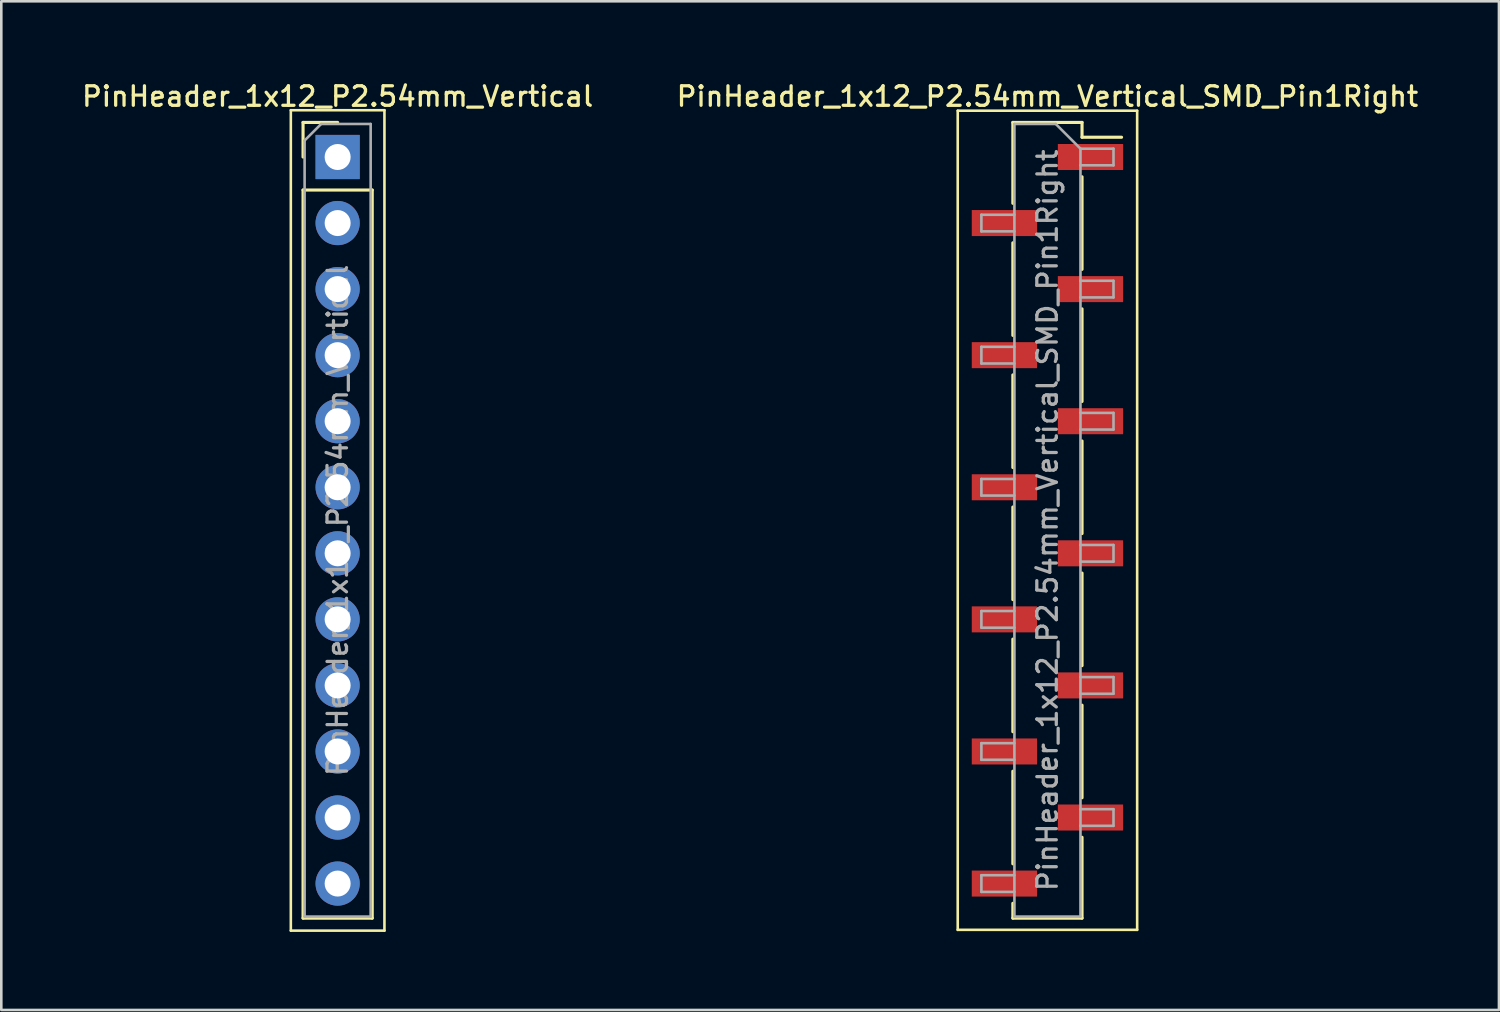
<source format=kicad_pcb>
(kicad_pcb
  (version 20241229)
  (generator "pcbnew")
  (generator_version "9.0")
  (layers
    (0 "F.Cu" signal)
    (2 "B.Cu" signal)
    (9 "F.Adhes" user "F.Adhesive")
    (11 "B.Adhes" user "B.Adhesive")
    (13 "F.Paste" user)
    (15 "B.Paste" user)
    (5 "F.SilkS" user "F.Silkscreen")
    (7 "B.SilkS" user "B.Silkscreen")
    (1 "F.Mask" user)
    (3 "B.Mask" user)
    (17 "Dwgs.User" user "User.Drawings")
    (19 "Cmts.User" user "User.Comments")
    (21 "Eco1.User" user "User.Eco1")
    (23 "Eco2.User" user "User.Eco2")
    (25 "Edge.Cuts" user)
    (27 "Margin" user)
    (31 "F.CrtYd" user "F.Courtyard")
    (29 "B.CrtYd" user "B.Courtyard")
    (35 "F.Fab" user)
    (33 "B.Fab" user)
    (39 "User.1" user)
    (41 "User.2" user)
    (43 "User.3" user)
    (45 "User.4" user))
  (footprint "PinHeader_1x12_P2.54mm_Vertical_SMD_Pin1Right"
    (layer "F.Cu")
    (at 37.23 16.958)
    (property "Reference" "PinHeader_1x12_P2.54mm_Vertical_SMD_Pin1Right" (at 0 -16.3 0) (layer "F.SilkS") (effects (font (size 0.75 0.75) (thickness 0.125))))
    (attr smd)
    (fp_line (start -3.45 -15.75) (end -3.45 15.75) (stroke (width 0.1) (type solid)) (layer "F.SilkS"))
    (fp_line (start -3.45 15.75) (end 3.45 15.75) (stroke (width 0.1) (type solid)) (layer "F.SilkS"))
    (fp_line (start -1.33 -15.3) (end -1.33 -12.19) (stroke (width 0.12) (type solid)) (layer "F.SilkS"))
    (fp_line (start -1.33 -15.3) (end 1.33 -15.3) (stroke (width 0.12) (type solid)) (layer "F.SilkS"))
    (fp_line (start -1.33 -10.67) (end -1.33 -7.11) (stroke (width 0.12) (type solid)) (layer "F.SilkS"))
    (fp_line (start -1.33 -5.59) (end -1.33 -2.03) (stroke (width 0.12) (type solid)) (layer "F.SilkS"))
    (fp_line (start -1.33 -0.51) (end -1.33 3.05) (stroke (width 0.12) (type solid)) (layer "F.SilkS"))
    (fp_line (start -1.33 4.57) (end -1.33 8.13) (stroke (width 0.12) (type solid)) (layer "F.SilkS"))
    (fp_line (start -1.33 9.65) (end -1.33 13.21) (stroke (width 0.12) (type solid)) (layer "F.SilkS"))
    (fp_line (start -1.33 14.73) (end -1.33 15.3) (stroke (width 0.12) (type solid)) (layer "F.SilkS"))
    (fp_line (start -1.33 15.3) (end 1.33 15.3) (stroke (width 0.12) (type solid)) (layer "F.SilkS"))
    (fp_line (start 1.33 -15.3) (end 1.33 -14.73) (stroke (width 0.12) (type solid)) (layer "F.SilkS"))
    (fp_line (start 1.33 -14.73) (end 2.85 -14.73) (stroke (width 0.12) (type solid)) (layer "F.SilkS"))
    (fp_line (start 1.33 -13.21) (end 1.33 -9.65) (stroke (width 0.12) (type solid)) (layer "F.SilkS"))
    (fp_line (start 1.33 -8.13) (end 1.33 -4.57) (stroke (width 0.12) (type solid)) (layer "F.SilkS"))
    (fp_line (start 1.33 -3.05) (end 1.33 0.51) (stroke (width 0.12) (type solid)) (layer "F.SilkS"))
    (fp_line (start 1.33 2.03) (end 1.33 5.59) (stroke (width 0.12) (type solid)) (layer "F.SilkS"))
    (fp_line (start 1.33 7.11) (end 1.33 10.67) (stroke (width 0.12) (type solid)) (layer "F.SilkS"))
    (fp_line (start 1.33 12.19) (end 1.33 15.3) (stroke (width 0.12) (type solid)) (layer "F.SilkS"))
    (fp_line (start 3.45 -15.75) (end -3.45 -15.75) (stroke (width 0.1) (type solid)) (layer "F.SilkS"))
    (fp_line (start 3.45 15.75) (end 3.45 -15.75) (stroke (width 0.1) (type solid)) (layer "F.SilkS"))
    (fp_line (start -2.54 -11.75) (end -2.54 -11.11) (stroke (width 0.1) (type solid)) (layer "F.Fab"))
    (fp_line (start -2.54 -11.11) (end -1.27 -11.11) (stroke (width 0.1) (type solid)) (layer "F.Fab"))
    (fp_line (start -2.54 -6.67) (end -2.54 -6.03) (stroke (width 0.1) (type solid)) (layer "F.Fab"))
    (fp_line (start -2.54 -6.03) (end -1.27 -6.03) (stroke (width 0.1) (type solid)) (layer "F.Fab"))
    (fp_line (start -2.54 -1.59) (end -2.54 -0.95) (stroke (width 0.1) (type solid)) (layer "F.Fab"))
    (fp_line (start -2.54 -0.95) (end -1.27 -0.95) (stroke (width 0.1) (type solid)) (layer "F.Fab"))
    (fp_line (start -2.54 3.49) (end -2.54 4.13) (stroke (width 0.1) (type solid)) (layer "F.Fab"))
    (fp_line (start -2.54 4.13) (end -1.27 4.13) (stroke (width 0.1) (type solid)) (layer "F.Fab"))
    (fp_line (start -2.54 8.57) (end -2.54 9.21) (stroke (width 0.1) (type solid)) (layer "F.Fab"))
    (fp_line (start -2.54 9.21) (end -1.27 9.21) (stroke (width 0.1) (type solid)) (layer "F.Fab"))
    (fp_line (start -2.54 13.65) (end -2.54 14.29) (stroke (width 0.1) (type solid)) (layer "F.Fab"))
    (fp_line (start -2.54 14.29) (end -1.27 14.29) (stroke (width 0.1) (type solid)) (layer "F.Fab"))
    (fp_line (start -1.27 -15.24) (end -1.27 15.24) (stroke (width 0.1) (type solid)) (layer "F.Fab"))
    (fp_line (start -1.27 -15.24) (end 0.32 -15.24) (stroke (width 0.1) (type solid)) (layer "F.Fab"))
    (fp_line (start -1.27 -11.75) (end -2.54 -11.75) (stroke (width 0.1) (type solid)) (layer "F.Fab"))
    (fp_line (start -1.27 -6.67) (end -2.54 -6.67) (stroke (width 0.1) (type solid)) (layer "F.Fab"))
    (fp_line (start -1.27 -1.59) (end -2.54 -1.59) (stroke (width 0.1) (type solid)) (layer "F.Fab"))
    (fp_line (start -1.27 3.49) (end -2.54 3.49) (stroke (width 0.1) (type solid)) (layer "F.Fab"))
    (fp_line (start -1.27 8.57) (end -2.54 8.57) (stroke (width 0.1) (type solid)) (layer "F.Fab"))
    (fp_line (start -1.27 13.65) (end -2.54 13.65) (stroke (width 0.1) (type solid)) (layer "F.Fab"))
    (fp_line (start 1.27 -14.29) (end 0.32 -15.24) (stroke (width 0.1) (type solid)) (layer "F.Fab"))
    (fp_line (start 1.27 -14.29) (end 2.54 -14.29) (stroke (width 0.1) (type solid)) (layer "F.Fab"))
    (fp_line (start 1.27 -9.21) (end 2.54 -9.21) (stroke (width 0.1) (type solid)) (layer "F.Fab"))
    (fp_line (start 1.27 -4.13) (end 2.54 -4.13) (stroke (width 0.1) (type solid)) (layer "F.Fab"))
    (fp_line (start 1.27 0.95) (end 2.54 0.95) (stroke (width 0.1) (type solid)) (layer "F.Fab"))
    (fp_line (start 1.27 6.03) (end 2.54 6.03) (stroke (width 0.1) (type solid)) (layer "F.Fab"))
    (fp_line (start 1.27 11.11) (end 2.54 11.11) (stroke (width 0.1) (type solid)) (layer "F.Fab"))
    (fp_line (start 1.27 15.24) (end -1.27 15.24) (stroke (width 0.1) (type solid)) (layer "F.Fab"))
    (fp_line (start 1.27 15.24) (end 1.27 -14.29) (stroke (width 0.1) (type solid)) (layer "F.Fab"))
    (fp_line (start 2.54 -14.29) (end 2.54 -13.65) (stroke (width 0.1) (type solid)) (layer "F.Fab"))
    (fp_line (start 2.54 -13.65) (end 1.27 -13.65) (stroke (width 0.1) (type solid)) (layer "F.Fab"))
    (fp_line (start 2.54 -9.21) (end 2.54 -8.57) (stroke (width 0.1) (type solid)) (layer "F.Fab"))
    (fp_line (start 2.54 -8.57) (end 1.27 -8.57) (stroke (width 0.1) (type solid)) (layer "F.Fab"))
    (fp_line (start 2.54 -4.13) (end 2.54 -3.49) (stroke (width 0.1) (type solid)) (layer "F.Fab"))
    (fp_line (start 2.54 -3.49) (end 1.27 -3.49) (stroke (width 0.1) (type solid)) (layer "F.Fab"))
    (fp_line (start 2.54 0.95) (end 2.54 1.59) (stroke (width 0.1) (type solid)) (layer "F.Fab"))
    (fp_line (start 2.54 1.59) (end 1.27 1.59) (stroke (width 0.1) (type solid)) (layer "F.Fab"))
    (fp_line (start 2.54 6.03) (end 2.54 6.67) (stroke (width 0.1) (type solid)) (layer "F.Fab"))
    (fp_line (start 2.54 6.67) (end 1.27 6.67) (stroke (width 0.1) (type solid)) (layer "F.Fab"))
    (fp_line (start 2.54 11.11) (end 2.54 11.75) (stroke (width 0.1) (type solid)) (layer "F.Fab"))
    (fp_line (start 2.54 11.75) (end 1.27 11.75) (stroke (width 0.1) (type solid)) (layer "F.Fab"))
    (fp_text user "${REFERENCE}" (at 0 0 90) (layer "F.Fab") (effects (font (size 0.75 0.75) (thickness 0.125))))
    (pad "1" smd rect (at 1.655 -13.97) (size 2.51 1) (layers "F.Cu" "F.Mask" "F.Paste"))
    (pad "2" smd rect (at -1.655 -11.43) (size 2.51 1) (layers "F.Cu" "F.Mask" "F.Paste"))
    (pad "3" smd rect (at 1.655 -8.89) (size 2.51 1) (layers "F.Cu" "F.Mask" "F.Paste"))
    (pad "4" smd rect (at -1.655 -6.35) (size 2.51 1) (layers "F.Cu" "F.Mask" "F.Paste"))
    (pad "5" smd rect (at 1.655 -3.81) (size 2.51 1) (layers "F.Cu" "F.Mask" "F.Paste"))
    (pad "6" smd rect (at -1.655 -1.27) (size 2.51 1) (layers "F.Cu" "F.Mask" "F.Paste"))
    (pad "7" smd rect (at 1.655 1.27) (size 2.51 1) (layers "F.Cu" "F.Mask" "F.Paste"))
    (pad "8" smd rect (at -1.655 3.81) (size 2.51 1) (layers "F.Cu" "F.Mask" "F.Paste"))
    (pad "9" smd rect (at 1.655 6.35) (size 2.51 1) (layers "F.Cu" "F.Mask" "F.Paste"))
    (pad "10" smd rect (at -1.655 8.89) (size 2.51 1) (layers "F.Cu" "F.Mask" "F.Paste"))
    (pad "11" smd rect (at 1.655 11.43) (size 2.51 1) (layers "F.Cu" "F.Mask" "F.Paste"))
    (pad "12" smd rect (at -1.655 13.97) (size 2.51 1) (layers "F.Cu" "F.Mask" "F.Paste")))
  (footprint "PinHeader_1x12_P2.54mm_Vertical"
    (layer "F.Cu")
    (at 9.934 2.988)
    (property "Reference" "PinHeader_1x12_P2.54mm_Vertical" (at 0 -2.33 0) (layer "F.SilkS") (effects (font (size 0.75 0.75) (thickness 0.125))))
    (attr through_hole)
    (fp_line (start -1.8 -1.8) (end -1.8 29.75) (stroke (width 0.1) (type solid)) (layer "F.SilkS"))
    (fp_line (start -1.8 29.75) (end 1.8 29.75) (stroke (width 0.1) (type solid)) (layer "F.SilkS"))
    (fp_line (start -1.33 -1.33) (end 0 -1.33) (stroke (width 0.12) (type solid)) (layer "F.SilkS"))
    (fp_line (start -1.33 0) (end -1.33 -1.33) (stroke (width 0.12) (type solid)) (layer "F.SilkS"))
    (fp_line (start -1.33 1.27) (end -1.33 29.27) (stroke (width 0.12) (type solid)) (layer "F.SilkS"))
    (fp_line (start -1.33 1.27) (end 1.33 1.27) (stroke (width 0.12) (type solid)) (layer "F.SilkS"))
    (fp_line (start -1.33 29.27) (end 1.33 29.27) (stroke (width 0.12) (type solid)) (layer "F.SilkS"))
    (fp_line (start 1.33 1.27) (end 1.33 29.27) (stroke (width 0.12) (type solid)) (layer "F.SilkS"))
    (fp_line (start 1.8 -1.8) (end -1.8 -1.8) (stroke (width 0.1) (type solid)) (layer "F.SilkS"))
    (fp_line (start 1.8 29.75) (end 1.8 -1.8) (stroke (width 0.1) (type solid)) (layer "F.SilkS"))
    (fp_line (start -1.27 -0.635) (end -0.635 -1.27) (stroke (width 0.1) (type solid)) (layer "F.Fab"))
    (fp_line (start -1.27 29.21) (end -1.27 -0.635) (stroke (width 0.1) (type solid)) (layer "F.Fab"))
    (fp_line (start -0.635 -1.27) (end 1.27 -1.27) (stroke (width 0.1) (type solid)) (layer "F.Fab"))
    (fp_line (start 1.27 -1.27) (end 1.27 29.21) (stroke (width 0.1) (type solid)) (layer "F.Fab"))
    (fp_line (start 1.27 29.21) (end -1.27 29.21) (stroke (width 0.1) (type solid)) (layer "F.Fab"))
    (fp_text user "${REFERENCE}" (at 0 13.97 90) (layer "F.Fab") (effects (font (size 0.75 0.75) (thickness 0.125))))
    (pad "1" thru_hole rect (at 0 0) (size 1.7 1.7) (drill 1) (layers "*.Cu" "*.Mask"))
    (pad "2" thru_hole oval (at 0 2.54) (size 1.7 1.7) (drill 1) (layers "*.Cu" "*.Mask"))
    (pad "3" thru_hole oval (at 0 5.08) (size 1.7 1.7) (drill 1) (layers "*.Cu" "*.Mask"))
    (pad "4" thru_hole oval (at 0 7.62) (size 1.7 1.7) (drill 1) (layers "*.Cu" "*.Mask"))
    (pad "5" thru_hole oval (at 0 10.16) (size 1.7 1.7) (drill 1) (layers "*.Cu" "*.Mask"))
    (pad "6" thru_hole oval (at 0 12.7) (size 1.7 1.7) (drill 1) (layers "*.Cu" "*.Mask"))
    (pad "7" thru_hole oval (at 0 15.24) (size 1.7 1.7) (drill 1) (layers "*.Cu" "*.Mask"))
    (pad "8" thru_hole oval (at 0 17.78) (size 1.7 1.7) (drill 1) (layers "*.Cu" "*.Mask"))
    (pad "9" thru_hole oval (at 0 20.32) (size 1.7 1.7) (drill 1) (layers "*.Cu" "*.Mask"))
    (pad "10" thru_hole oval (at 0 22.86) (size 1.7 1.7) (drill 1) (layers "*.Cu" "*.Mask"))
    (pad "11" thru_hole oval (at 0 25.4) (size 1.7 1.7) (drill 1) (layers "*.Cu" "*.Mask"))
    (pad "12" thru_hole oval (at 0 27.94) (size 1.7 1.7) (drill 1) (layers "*.Cu" "*.Mask")))
  (gr_rect
    (start -3 -3)
    (end 54.593 35.788)
    (stroke (width 0.1) (type default))
    (fill no)
    (layer "Edge.Cuts")))
</source>
